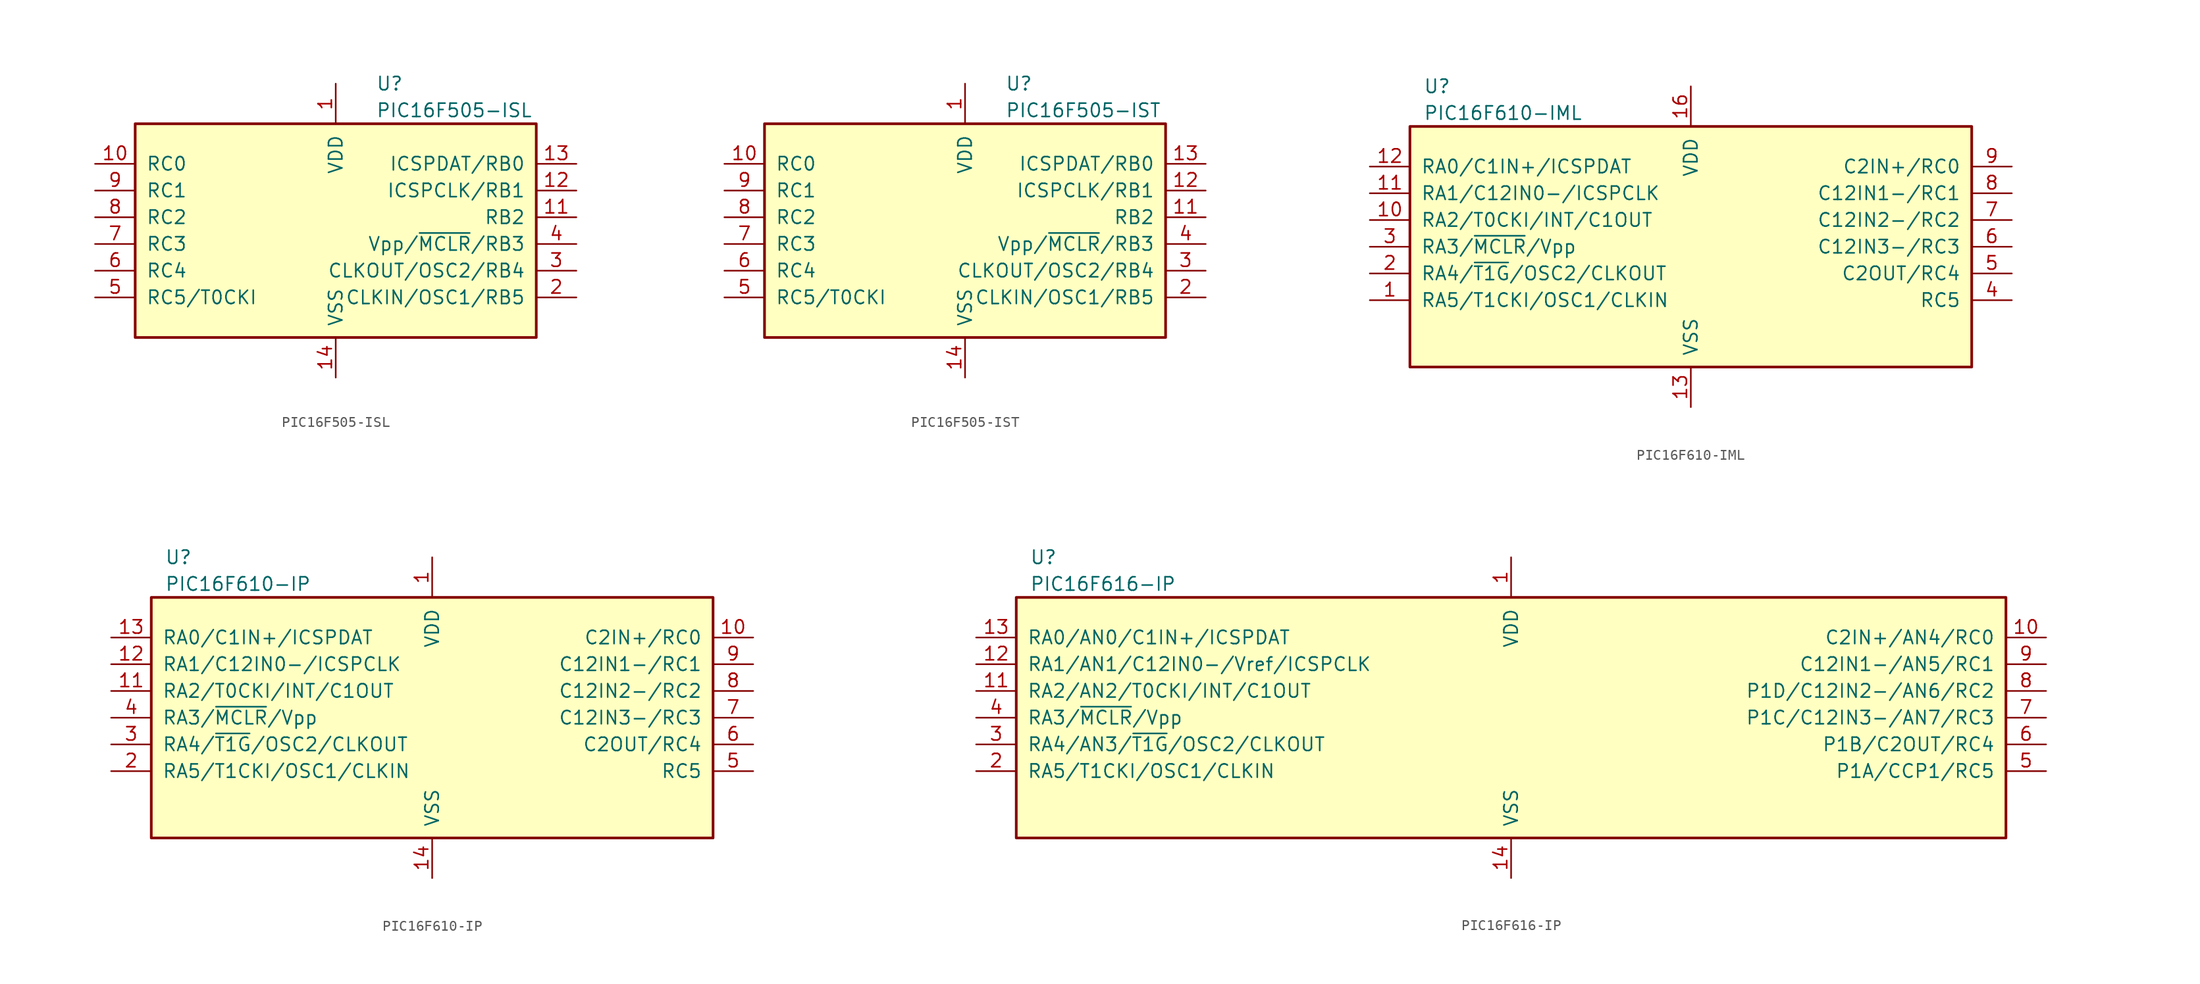
<source format=kicad_sym>
(kicad_symbol_lib
  (version 20201005)
  (generator kicad_symbol_editor)
  (symbol "MCU_Microchip_PIC16:PIC16F505-ISL"
    (pin_names
      (offset 1.016))
    (property "Reference" "U"
      (at 3.81 12.7 0)
      (effects (font (size 1.27 1.27)) (justify left)))
    (property "Value" "PIC16F505-ISL"
      (at 3.81 10.16 0)
      (effects (font (size 1.27 1.27)) (justify left)))
    (symbol "PIC16F505-ISL_0_1"
      (rectangle (start -19.05 8.89) (end 19.05 -11.43) (stroke (width 0.254)) (fill (type background))))
    (symbol "PIC16F505-ISL_1_1"
      (pin power_in line (at 0 12.7 270) (length 3.81) (name "VDD" (effects (font (size 1.27 1.27)))) (number "1" (effects (font (size 1.27 1.27)))))
      (pin bidirectional line (at -22.86 5.08 0) (length 3.81) (name "RC0" (effects (font (size 1.27 1.27)))) (number "10" (effects (font (size 1.27 1.27)))))
      (pin bidirectional line (at 22.86 0 180) (length 3.81) (name "RB2" (effects (font (size 1.27 1.27)))) (number "11" (effects (font (size 1.27 1.27)))))
      (pin bidirectional line (at 22.86 2.54 180) (length 3.81) (name "ICSPCLK/RB1" (effects (font (size 1.27 1.27)))) (number "12" (effects (font (size 1.27 1.27)))))
      (pin bidirectional line (at 22.86 5.08 180) (length 3.81) (name "ICSPDAT/RB0" (effects (font (size 1.27 1.27)))) (number "13" (effects (font (size 1.27 1.27)))))
      (pin power_in line (at 0 -15.24 90) (length 3.81) (name "VSS" (effects (font (size 1.27 1.27)))) (number "14" (effects (font (size 1.27 1.27)))))
      (pin bidirectional line (at 22.86 -7.62 180) (length 3.81) (name "CLKIN/OSC1/RB5" (effects (font (size 1.27 1.27)))) (number "2" (effects (font (size 1.27 1.27)))))
      (pin bidirectional line (at 22.86 -5.08 180) (length 3.81) (name "CLKOUT/OSC2/RB4" (effects (font (size 1.27 1.27)))) (number "3" (effects (font (size 1.27 1.27)))))
      (pin input line (at 22.86 -2.54 180) (length 3.81) (name "Vpp/~MCLR~/RB3" (effects (font (size 1.27 1.27)))) (number "4" (effects (font (size 1.27 1.27)))))
      (pin bidirectional line (at -22.86 -7.62 0) (length 3.81) (name "RC5/T0CKI" (effects (font (size 1.27 1.27)))) (number "5" (effects (font (size 1.27 1.27)))))
      (pin bidirectional line (at -22.86 -5.08 0) (length 3.81) (name "RC4" (effects (font (size 1.27 1.27)))) (number "6" (effects (font (size 1.27 1.27)))))
      (pin bidirectional line (at -22.86 -2.54 0) (length 3.81) (name "RC3" (effects (font (size 1.27 1.27)))) (number "7" (effects (font (size 1.27 1.27)))))
      (pin bidirectional line (at -22.86 0 0) (length 3.81) (name "RC2" (effects (font (size 1.27 1.27)))) (number "8" (effects (font (size 1.27 1.27)))))
      (pin bidirectional line (at -22.86 2.54 0) (length 3.81) (name "RC1" (effects (font (size 1.27 1.27)))) (number "9" (effects (font (size 1.27 1.27)))))))
  (symbol "MCU_Microchip_PIC16:PIC16F505-IST"
    (pin_names
      (offset 1.016))
    (property "Reference" "U"
      (at 3.81 12.7 0)
      (effects (font (size 1.27 1.27)) (justify left)))
    (property "Value" "PIC16F505-IST"
      (at 3.81 10.16 0)
      (effects (font (size 1.27 1.27)) (justify left)))
    (symbol "PIC16F505-IST_0_1"
      (rectangle (start -19.05 8.89) (end 19.05 -11.43) (stroke (width 0.254)) (fill (type background))))
    (symbol "PIC16F505-IST_1_1"
      (pin power_in line (at 0 12.7 270) (length 3.81) (name "VDD" (effects (font (size 1.27 1.27)))) (number "1" (effects (font (size 1.27 1.27)))))
      (pin bidirectional line (at -22.86 5.08 0) (length 3.81) (name "RC0" (effects (font (size 1.27 1.27)))) (number "10" (effects (font (size 1.27 1.27)))))
      (pin bidirectional line (at 22.86 0 180) (length 3.81) (name "RB2" (effects (font (size 1.27 1.27)))) (number "11" (effects (font (size 1.27 1.27)))))
      (pin bidirectional line (at 22.86 2.54 180) (length 3.81) (name "ICSPCLK/RB1" (effects (font (size 1.27 1.27)))) (number "12" (effects (font (size 1.27 1.27)))))
      (pin bidirectional line (at 22.86 5.08 180) (length 3.81) (name "ICSPDAT/RB0" (effects (font (size 1.27 1.27)))) (number "13" (effects (font (size 1.27 1.27)))))
      (pin power_in line (at 0 -15.24 90) (length 3.81) (name "VSS" (effects (font (size 1.27 1.27)))) (number "14" (effects (font (size 1.27 1.27)))))
      (pin bidirectional line (at 22.86 -7.62 180) (length 3.81) (name "CLKIN/OSC1/RB5" (effects (font (size 1.27 1.27)))) (number "2" (effects (font (size 1.27 1.27)))))
      (pin bidirectional line (at 22.86 -5.08 180) (length 3.81) (name "CLKOUT/OSC2/RB4" (effects (font (size 1.27 1.27)))) (number "3" (effects (font (size 1.27 1.27)))))
      (pin input line (at 22.86 -2.54 180) (length 3.81) (name "Vpp/~MCLR~/RB3" (effects (font (size 1.27 1.27)))) (number "4" (effects (font (size 1.27 1.27)))))
      (pin bidirectional line (at -22.86 -7.62 0) (length 3.81) (name "RC5/T0CKI" (effects (font (size 1.27 1.27)))) (number "5" (effects (font (size 1.27 1.27)))))
      (pin bidirectional line (at -22.86 -5.08 0) (length 3.81) (name "RC4" (effects (font (size 1.27 1.27)))) (number "6" (effects (font (size 1.27 1.27)))))
      (pin bidirectional line (at -22.86 -2.54 0) (length 3.81) (name "RC3" (effects (font (size 1.27 1.27)))) (number "7" (effects (font (size 1.27 1.27)))))
      (pin bidirectional line (at -22.86 0 0) (length 3.81) (name "RC2" (effects (font (size 1.27 1.27)))) (number "8" (effects (font (size 1.27 1.27)))))
      (pin bidirectional line (at -22.86 2.54 0) (length 3.81) (name "RC1" (effects (font (size 1.27 1.27)))) (number "9" (effects (font (size 1.27 1.27)))))))
  (symbol "MCU_Microchip_PIC16:PIC16F610-IML"
    (pin_names
      (offset 1.016))
    (property "Reference" "U"
      (at -25.4 15.24 0)
      (effects (font (size 1.27 1.27)) (justify left)))
    (property "Value" "PIC16F610-IML"
      (at -25.4 12.7 0)
      (effects (font (size 1.27 1.27)) (justify left)))
    (symbol "PIC16F610-IML_0_1"
      (rectangle (start -26.67 11.43) (end 26.67 -11.43) (stroke (width 0.254)) (fill (type background))))
    (symbol "PIC16F610-IML_1_1"
      (pin bidirectional line (at -30.48 -5.08 0) (length 3.81) (name "RA5/T1CKI/OSC1/CLKIN" (effects (font (size 1.27 1.27)))) (number "1" (effects (font (size 1.27 1.27)))))
      (pin bidirectional line (at -30.48 2.54 0) (length 3.81) (name "RA2/T0CKI/INT/C1OUT" (effects (font (size 1.27 1.27)))) (number "10" (effects (font (size 1.27 1.27)))))
      (pin bidirectional line (at -30.48 5.08 0) (length 3.81) (name "RA1/C12IN0-/ICSPCLK" (effects (font (size 1.27 1.27)))) (number "11" (effects (font (size 1.27 1.27)))))
      (pin bidirectional line (at -30.48 7.62 0) (length 3.81) (name "RA0/C1IN+/ICSPDAT" (effects (font (size 1.27 1.27)))) (number "12" (effects (font (size 1.27 1.27)))))
      (pin power_in line (at 0 -15.24 90) (length 3.81) (name "VSS" (effects (font (size 1.27 1.27)))) (number "13" (effects (font (size 1.27 1.27)))))
      (pin power_in line (at 0 15.24 270) (length 3.81) (name "VDD" (effects (font (size 1.27 1.27)))) (number "16" (effects (font (size 1.27 1.27)))))
      (pin bidirectional line (at -30.48 -2.54 0) (length 3.81) (name "RA4/~T1G~/OSC2/CLKOUT" (effects (font (size 1.27 1.27)))) (number "2" (effects (font (size 1.27 1.27)))))
      (pin input line (at -30.48 0 0) (length 3.81) (name "RA3/~MCLR~/Vpp" (effects (font (size 1.27 1.27)))) (number "3" (effects (font (size 1.27 1.27)))))
      (pin bidirectional line (at 30.48 -5.08 180) (length 3.81) (name "RC5" (effects (font (size 1.27 1.27)))) (number "4" (effects (font (size 1.27 1.27)))))
      (pin bidirectional line (at 30.48 -2.54 180) (length 3.81) (name "C2OUT/RC4" (effects (font (size 1.27 1.27)))) (number "5" (effects (font (size 1.27 1.27)))))
      (pin bidirectional line (at 30.48 0 180) (length 3.81) (name "C12IN3-/RC3" (effects (font (size 1.27 1.27)))) (number "6" (effects (font (size 1.27 1.27)))))
      (pin bidirectional line (at 30.48 2.54 180) (length 3.81) (name "C12IN2-/RC2" (effects (font (size 1.27 1.27)))) (number "7" (effects (font (size 1.27 1.27)))))
      (pin bidirectional line (at 30.48 5.08 180) (length 3.81) (name "C12IN1-/RC1" (effects (font (size 1.27 1.27)))) (number "8" (effects (font (size 1.27 1.27)))))
      (pin bidirectional line (at 30.48 7.62 180) (length 3.81) (name "C2IN+/RC0" (effects (font (size 1.27 1.27)))) (number "9" (effects (font (size 1.27 1.27)))))))
  (symbol "MCU_Microchip_PIC16:PIC16F610-IP"
    (pin_names
      (offset 1.016))
    (property "Reference" "U"
      (at -25.4 15.24 0)
      (effects (font (size 1.27 1.27)) (justify left)))
    (property "Value" "PIC16F610-IP"
      (at -25.4 12.7 0)
      (effects (font (size 1.27 1.27)) (justify left)))
    (symbol "PIC16F610-IP_0_1"
      (rectangle (start -26.67 11.43) (end 26.67 -11.43) (stroke (width 0.254)) (fill (type background))))
    (symbol "PIC16F610-IP_1_1"
      (pin power_in line (at 0 15.24 270) (length 3.81) (name "VDD" (effects (font (size 1.27 1.27)))) (number "1" (effects (font (size 1.27 1.27)))))
      (pin bidirectional line (at 30.48 7.62 180) (length 3.81) (name "C2IN+/RC0" (effects (font (size 1.27 1.27)))) (number "10" (effects (font (size 1.27 1.27)))))
      (pin bidirectional line (at -30.48 2.54 0) (length 3.81) (name "RA2/T0CKI/INT/C1OUT" (effects (font (size 1.27 1.27)))) (number "11" (effects (font (size 1.27 1.27)))))
      (pin bidirectional line (at -30.48 5.08 0) (length 3.81) (name "RA1/C12IN0-/ICSPCLK" (effects (font (size 1.27 1.27)))) (number "12" (effects (font (size 1.27 1.27)))))
      (pin bidirectional line (at -30.48 7.62 0) (length 3.81) (name "RA0/C1IN+/ICSPDAT" (effects (font (size 1.27 1.27)))) (number "13" (effects (font (size 1.27 1.27)))))
      (pin power_in line (at 0 -15.24 90) (length 3.81) (name "VSS" (effects (font (size 1.27 1.27)))) (number "14" (effects (font (size 1.27 1.27)))))
      (pin bidirectional line (at -30.48 -5.08 0) (length 3.81) (name "RA5/T1CKI/OSC1/CLKIN" (effects (font (size 1.27 1.27)))) (number "2" (effects (font (size 1.27 1.27)))))
      (pin bidirectional line (at -30.48 -2.54 0) (length 3.81) (name "RA4/~T1G~/OSC2/CLKOUT" (effects (font (size 1.27 1.27)))) (number "3" (effects (font (size 1.27 1.27)))))
      (pin input line (at -30.48 0 0) (length 3.81) (name "RA3/~MCLR~/Vpp" (effects (font (size 1.27 1.27)))) (number "4" (effects (font (size 1.27 1.27)))))
      (pin bidirectional line (at 30.48 -5.08 180) (length 3.81) (name "RC5" (effects (font (size 1.27 1.27)))) (number "5" (effects (font (size 1.27 1.27)))))
      (pin bidirectional line (at 30.48 -2.54 180) (length 3.81) (name "C2OUT/RC4" (effects (font (size 1.27 1.27)))) (number "6" (effects (font (size 1.27 1.27)))))
      (pin bidirectional line (at 30.48 0 180) (length 3.81) (name "C12IN3-/RC3" (effects (font (size 1.27 1.27)))) (number "7" (effects (font (size 1.27 1.27)))))
      (pin bidirectional line (at 30.48 2.54 180) (length 3.81) (name "C12IN2-/RC2" (effects (font (size 1.27 1.27)))) (number "8" (effects (font (size 1.27 1.27)))))
      (pin bidirectional line (at 30.48 5.08 180) (length 3.81) (name "C12IN1-/RC1" (effects (font (size 1.27 1.27)))) (number "9" (effects (font (size 1.27 1.27)))))))
  (symbol "MCU_Microchip_PIC16:PIC16F616-IP"
    (pin_names
      (offset 1.016))
    (property "Reference" "U"
      (at -45.72 15.24 0)
      (effects (font (size 1.27 1.27)) (justify left)))
    (property "Value" "PIC16F616-IP"
      (at -45.72 12.7 0)
      (effects (font (size 1.27 1.27)) (justify left)))
    (symbol "PIC16F616-IP_0_1"
      (rectangle (start -46.99 11.43) (end 46.99 -11.43) (stroke (width 0.254)) (fill (type background))))
    (symbol "PIC16F616-IP_1_1"
      (pin power_in line (at 0 15.24 270) (length 3.81) (name "VDD" (effects (font (size 1.27 1.27)))) (number "1" (effects (font (size 1.27 1.27)))))
      (pin bidirectional line (at 50.8 7.62 180) (length 3.81) (name "C2IN+/AN4/RC0" (effects (font (size 1.27 1.27)))) (number "10" (effects (font (size 1.27 1.27)))))
      (pin bidirectional line (at -50.8 2.54 0) (length 3.81) (name "RA2/AN2/T0CKI/INT/C1OUT" (effects (font (size 1.27 1.27)))) (number "11" (effects (font (size 1.27 1.27)))))
      (pin bidirectional line (at -50.8 5.08 0) (length 3.81) (name "RA1/AN1/C12IN0-/Vref/ICSPCLK" (effects (font (size 1.27 1.27)))) (number "12" (effects (font (size 1.27 1.27)))))
      (pin bidirectional line (at -50.8 7.62 0) (length 3.81) (name "RA0/AN0/C1IN+/ICSPDAT" (effects (font (size 1.27 1.27)))) (number "13" (effects (font (size 1.27 1.27)))))
      (pin power_in line (at 0 -15.24 90) (length 3.81) (name "VSS" (effects (font (size 1.27 1.27)))) (number "14" (effects (font (size 1.27 1.27)))))
      (pin bidirectional line (at -50.8 -5.08 0) (length 3.81) (name "RA5/T1CKI/OSC1/CLKIN" (effects (font (size 1.27 1.27)))) (number "2" (effects (font (size 1.27 1.27)))))
      (pin bidirectional line (at -50.8 -2.54 0) (length 3.81) (name "RA4/AN3/~T1G~/OSC2/CLKOUT" (effects (font (size 1.27 1.27)))) (number "3" (effects (font (size 1.27 1.27)))))
      (pin input line (at -50.8 0 0) (length 3.81) (name "RA3/~MCLR~/Vpp" (effects (font (size 1.27 1.27)))) (number "4" (effects (font (size 1.27 1.27)))))
      (pin bidirectional line (at 50.8 -5.08 180) (length 3.81) (name "P1A/CCP1/RC5" (effects (font (size 1.27 1.27)))) (number "5" (effects (font (size 1.27 1.27)))))
      (pin bidirectional line (at 50.8 -2.54 180) (length 3.81) (name "P1B/C2OUT/RC4" (effects (font (size 1.27 1.27)))) (number "6" (effects (font (size 1.27 1.27)))))
      (pin bidirectional line (at 50.8 0 180) (length 3.81) (name "P1C/C12IN3-/AN7/RC3" (effects (font (size 1.27 1.27)))) (number "7" (effects (font (size 1.27 1.27)))))
      (pin bidirectional line (at 50.8 2.54 180) (length 3.81) (name "P1D/C12IN2-/AN6/RC2" (effects (font (size 1.27 1.27)))) (number "8" (effects (font (size 1.27 1.27)))))
      (pin bidirectional line (at 50.8 5.08 180) (length 3.81) (name "C12IN1-/AN5/RC1" (effects (font (size 1.27 1.27)))) (number "9" (effects (font (size 1.27 1.27))))))))
</source>
